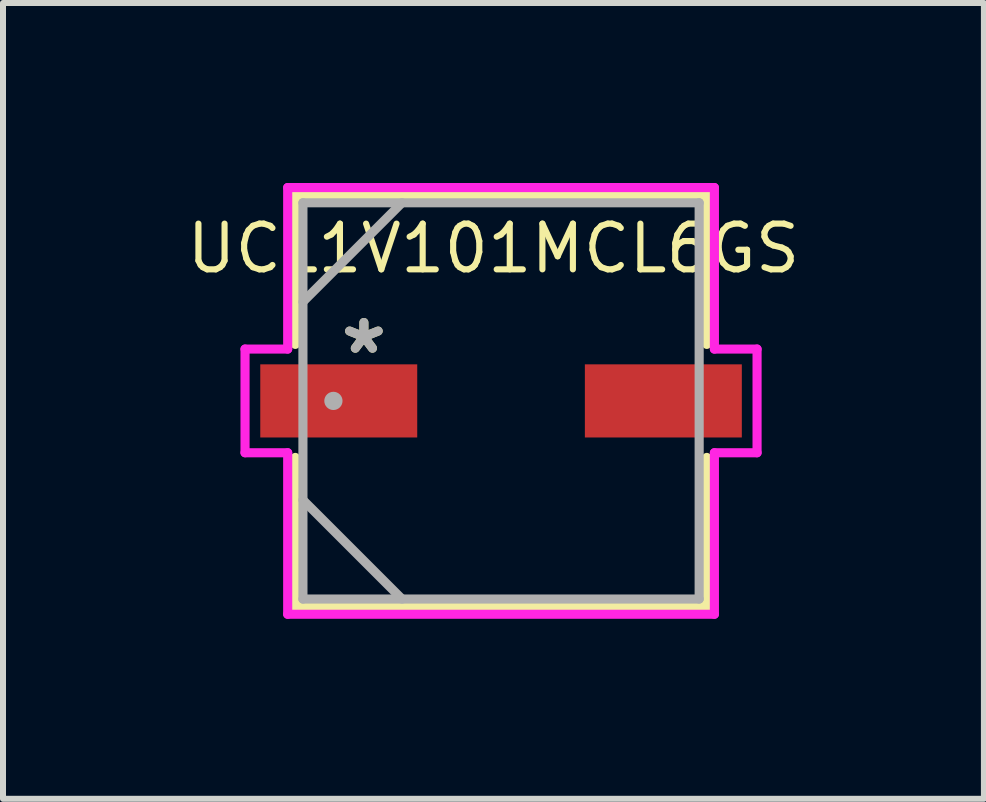
<source format=kicad_pcb>
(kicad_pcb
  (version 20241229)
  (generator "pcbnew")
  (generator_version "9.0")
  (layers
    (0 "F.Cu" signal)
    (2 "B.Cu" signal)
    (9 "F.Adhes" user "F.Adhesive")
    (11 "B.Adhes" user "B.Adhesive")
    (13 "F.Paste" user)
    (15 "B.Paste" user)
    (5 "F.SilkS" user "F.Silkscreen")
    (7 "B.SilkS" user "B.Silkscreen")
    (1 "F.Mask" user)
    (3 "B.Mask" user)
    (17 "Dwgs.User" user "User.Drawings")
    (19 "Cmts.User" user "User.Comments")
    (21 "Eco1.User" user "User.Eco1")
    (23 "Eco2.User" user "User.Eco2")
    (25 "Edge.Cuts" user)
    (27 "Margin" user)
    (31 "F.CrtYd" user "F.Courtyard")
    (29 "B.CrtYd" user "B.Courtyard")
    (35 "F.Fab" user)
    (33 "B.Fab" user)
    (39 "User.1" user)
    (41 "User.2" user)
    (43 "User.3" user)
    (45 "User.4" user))
  (footprint "UCL1V101MCL6GS"
    (layer "F.Cu")
    (at 5.301 3.632)
    (property "Reference" "UCL1V101MCL6GS" (at -0.127 -2.54 0) (layer "F.SilkS") (effects (font (size 0.762 0.762) (thickness 0.102))))
    (attr smd)
    (fp_line (start -3.429 -3.429) (end -3.429 -0.942) (stroke (width 0.152) (type solid)) (layer "F.SilkS"))
    (fp_line (start -3.429 0.942) (end -3.429 3.429) (stroke (width 0.152) (type solid)) (layer "F.SilkS"))
    (fp_line (start -3.429 3.429) (end 3.429 3.429) (stroke (width 0.152) (type solid)) (layer "F.SilkS"))
    (fp_line (start 3.429 -3.429) (end -3.429 -3.429) (stroke (width 0.152) (type solid)) (layer "F.SilkS"))
    (fp_line (start 3.429 -0.942) (end 3.429 -3.429) (stroke (width 0.152) (type solid)) (layer "F.SilkS"))
    (fp_line (start 3.429 3.429) (end 3.429 0.942) (stroke (width 0.152) (type solid)) (layer "F.SilkS"))
    (fp_line (start -4.267 -0.864) (end -3.556 -0.864) (stroke (width 0.152) (type solid)) (layer "F.CrtYd"))
    (fp_line (start -4.267 0.864) (end -4.267 -0.864) (stroke (width 0.152) (type solid)) (layer "F.CrtYd"))
    (fp_line (start -3.556 -3.556) (end 3.556 -3.556) (stroke (width 0.152) (type solid)) (layer "F.CrtYd"))
    (fp_line (start -3.556 -0.864) (end -3.556 -3.556) (stroke (width 0.152) (type solid)) (layer "F.CrtYd"))
    (fp_line (start -3.556 0.864) (end -4.267 0.864) (stroke (width 0.152) (type solid)) (layer "F.CrtYd"))
    (fp_line (start -3.556 3.556) (end -3.556 0.864) (stroke (width 0.152) (type solid)) (layer "F.CrtYd"))
    (fp_line (start 3.556 -3.556) (end 3.556 -0.864) (stroke (width 0.152) (type solid)) (layer "F.CrtYd"))
    (fp_line (start 3.556 -0.864) (end 4.267 -0.864) (stroke (width 0.152) (type solid)) (layer "F.CrtYd"))
    (fp_line (start 3.556 0.864) (end 3.556 3.556) (stroke (width 0.152) (type solid)) (layer "F.CrtYd"))
    (fp_line (start 3.556 3.556) (end -3.556 3.556) (stroke (width 0.152) (type solid)) (layer "F.CrtYd"))
    (fp_line (start 4.267 -0.864) (end 4.267 0.864) (stroke (width 0.152) (type solid)) (layer "F.CrtYd"))
    (fp_line (start 4.267 0.864) (end 3.556 0.864) (stroke (width 0.152) (type solid)) (layer "F.CrtYd"))
    (fp_line (start -3.302 -3.302) (end -3.302 3.302) (stroke (width 0.152) (type solid)) (layer "F.Fab"))
    (fp_line (start -3.302 -1.651) (end -1.651 -3.302) (stroke (width 0.152) (type solid)) (layer "F.Fab"))
    (fp_line (start -3.302 1.651) (end -1.651 3.302) (stroke (width 0.152) (type solid)) (layer "F.Fab"))
    (fp_line (start -3.302 3.302) (end 3.302 3.302) (stroke (width 0.152) (type solid)) (layer "F.Fab"))
    (fp_line (start 3.302 -3.302) (end -3.302 -3.302) (stroke (width 0.152) (type solid)) (layer "F.Fab"))
    (fp_line (start 3.302 3.302) (end 3.302 -3.302) (stroke (width 0.152) (type solid)) (layer "F.Fab"))
    (fp_circle (center -2.794 0) (end -2.794 0) (stroke (width 0.152) (type solid)) (fill no) (layer "F.Fab"))
    (fp_text user "*" (at -2.286 -0.762 0) (layer "F.SilkS") (effects (font (size 1 1) (thickness 0.15))))
    (fp_text user "*" (at -2.286 -0.762 0) (layer "F.Fab") (effects (font (size 1 1) (thickness 0.15))))
    (pad "1" smd rect (at -2.705 0) (size 2.616 1.219) (layers "F.Cu" "F.Mask" "F.Paste"))
    (pad "2" smd rect (at 2.705 0) (size 2.616 1.219) (layers "F.Cu" "F.Mask" "F.Paste")))
  (gr_rect
    (start -3 -3)
    (end 13.349 10.264)
    (stroke (width 0.1) (type default))
    (fill no)
    (layer "Edge.Cuts")))
</source>
